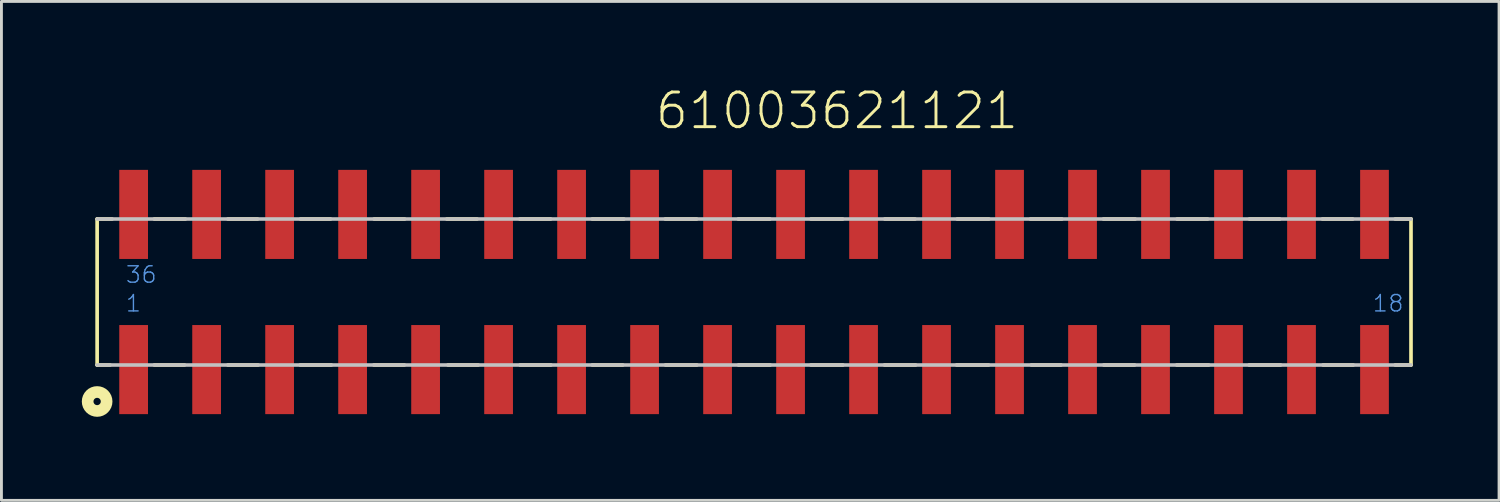
<source format=kicad_pcb>
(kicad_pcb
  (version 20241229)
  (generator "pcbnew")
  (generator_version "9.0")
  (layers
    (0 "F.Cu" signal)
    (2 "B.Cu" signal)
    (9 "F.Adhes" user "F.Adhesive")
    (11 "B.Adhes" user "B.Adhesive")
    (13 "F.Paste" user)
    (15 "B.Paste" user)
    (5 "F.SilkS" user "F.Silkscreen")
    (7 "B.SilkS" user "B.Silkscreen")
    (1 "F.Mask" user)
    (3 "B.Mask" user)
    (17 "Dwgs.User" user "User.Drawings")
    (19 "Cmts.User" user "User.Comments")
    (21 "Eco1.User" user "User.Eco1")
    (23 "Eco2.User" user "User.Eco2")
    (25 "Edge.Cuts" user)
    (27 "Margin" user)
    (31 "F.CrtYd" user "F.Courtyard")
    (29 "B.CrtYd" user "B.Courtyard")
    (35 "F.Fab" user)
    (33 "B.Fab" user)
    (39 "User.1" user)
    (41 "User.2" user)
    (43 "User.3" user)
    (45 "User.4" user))
  (footprint "61003621121"
    (layer "F.Cu")
    (at 23.19 7.111)
    (property "Reference" "61003621121" (at -3.5 -5.6 0) (layer "F.SilkS") (effects (font (size 1.206 1.206) (thickness 0.102)) (justify left bottom)))
    (attr through_hole)
    (fp_line (start -22.86 -2.54) (end -22.86 2.54) (stroke (width 0.127) (type solid)) (layer "F.SilkS"))
    (fp_line (start -22.41 2.54) (end -22.86 2.54) (stroke (width 0.127) (type solid)) (layer "F.SilkS"))
    (fp_line (start -22.34 -2.54) (end -22.86 -2.54) (stroke (width 0.127) (type solid)) (layer "F.SilkS"))
    (fp_line (start -20.87 -2.54) (end -19.79 -2.54) (stroke (width 0.127) (type solid)) (layer "F.SilkS"))
    (fp_line (start -20.87 2.54) (end -19.82 2.54) (stroke (width 0.127) (type solid)) (layer "F.SilkS"))
    (fp_line (start -18.31 -2.54) (end -17.28 -2.54) (stroke (width 0.127) (type solid)) (layer "F.SilkS"))
    (fp_line (start -18.31 2.54) (end -17.26 2.54) (stroke (width 0.127) (type solid)) (layer "F.SilkS"))
    (fp_line (start -15.79 2.54) (end -14.71 2.54) (stroke (width 0.127) (type solid)) (layer "F.SilkS"))
    (fp_line (start -15.78 -2.54) (end -14.74 -2.54) (stroke (width 0.127) (type solid)) (layer "F.SilkS"))
    (fp_line (start -13.23 2.54) (end -12.17 2.54) (stroke (width 0.127) (type solid)) (layer "F.SilkS"))
    (fp_line (start -13.22 -2.54) (end -12.16 -2.54) (stroke (width 0.127) (type solid)) (layer "F.SilkS"))
    (fp_line (start -10.69 -2.54) (end -9.64 -2.54) (stroke (width 0.127) (type solid)) (layer "F.SilkS"))
    (fp_line (start -10.65 2.54) (end -9.6 2.54) (stroke (width 0.127) (type solid)) (layer "F.SilkS"))
    (fp_line (start -8.15 -2.54) (end -7.08 -2.54) (stroke (width 0.127) (type solid)) (layer "F.SilkS"))
    (fp_line (start -8.14 2.54) (end -7.07 2.54) (stroke (width 0.127) (type solid)) (layer "F.SilkS"))
    (fp_line (start -5.63 -2.54) (end -4.53 -2.54) (stroke (width 0.127) (type solid)) (layer "F.SilkS"))
    (fp_line (start -5.63 2.54) (end -4.57 2.54) (stroke (width 0.127) (type solid)) (layer "F.SilkS"))
    (fp_line (start -3.09 -2.54) (end -2 -2.54) (stroke (width 0.127) (type solid)) (layer "F.SilkS"))
    (fp_line (start -3.08 2.54) (end -1.99 2.54) (stroke (width 0.127) (type solid)) (layer "F.SilkS"))
    (fp_line (start -0.55 -2.54) (end 0.55 -2.54) (stroke (width 0.127) (type solid)) (layer "F.SilkS"))
    (fp_line (start -0.54 2.54) (end 0.56 2.54) (stroke (width 0.127) (type solid)) (layer "F.SilkS"))
    (fp_line (start 1.98 -2.54) (end 3.08 -2.54) (stroke (width 0.127) (type solid)) (layer "F.SilkS"))
    (fp_line (start 1.98 2.54) (end 3.09 2.54) (stroke (width 0.127) (type solid)) (layer "F.SilkS"))
    (fp_line (start 4.54 2.54) (end 5.62 2.54) (stroke (width 0.127) (type solid)) (layer "F.SilkS"))
    (fp_line (start 4.55 -2.54) (end 5.6 -2.54) (stroke (width 0.127) (type solid)) (layer "F.SilkS"))
    (fp_line (start 7.05 2.54) (end 8.16 2.54) (stroke (width 0.127) (type solid)) (layer "F.SilkS"))
    (fp_line (start 7.07 -2.54) (end 8.17 -2.54) (stroke (width 0.127) (type solid)) (layer "F.SilkS"))
    (fp_line (start 9.62 -2.54) (end 10.71 -2.54) (stroke (width 0.127) (type solid)) (layer "F.SilkS"))
    (fp_line (start 9.65 2.54) (end 10.68 2.54) (stroke (width 0.127) (type solid)) (layer "F.SilkS"))
    (fp_line (start 12.16 -2.54) (end 13.26 -2.54) (stroke (width 0.127) (type solid)) (layer "F.SilkS"))
    (fp_line (start 12.17 2.54) (end 13.24 2.54) (stroke (width 0.127) (type solid)) (layer "F.SilkS"))
    (fp_line (start 14.71 2.54) (end 15.82 2.54) (stroke (width 0.127) (type solid)) (layer "F.SilkS"))
    (fp_line (start 14.72 -2.54) (end 15.78 -2.54) (stroke (width 0.127) (type solid)) (layer "F.SilkS"))
    (fp_line (start 17.23 2.54) (end 18.32 2.54) (stroke (width 0.127) (type solid)) (layer "F.SilkS"))
    (fp_line (start 17.24 -2.54) (end 18.29 -2.54) (stroke (width 0.127) (type solid)) (layer "F.SilkS"))
    (fp_line (start 19.78 -2.54) (end 20.83 -2.54) (stroke (width 0.127) (type solid)) (layer "F.SilkS"))
    (fp_line (start 19.8 2.54) (end 20.85 2.54) (stroke (width 0.127) (type solid)) (layer "F.SilkS"))
    (fp_line (start 22.31 -2.54) (end 22.86 -2.54) (stroke (width 0.127) (type solid)) (layer "F.SilkS"))
    (fp_line (start 22.31 2.54) (end 22.86 2.54) (stroke (width 0.127) (type solid)) (layer "F.SilkS"))
    (fp_line (start 22.86 -2.54) (end 22.86 2.54) (stroke (width 0.127) (type solid)) (layer "F.SilkS"))
    (fp_circle (center -22.86 3.81) (end -22.733 3.81) (stroke (width 0.406) (type solid)) (fill no) (layer "F.SilkS"))
    (fp_line (start -22.86 2.54) (end 22.86 2.54) (stroke (width 0.127) (type solid)) (layer "Dwgs.User"))
    (fp_line (start 22.86 -2.54) (end -22.86 -2.54) (stroke (width 0.127) (type solid)) (layer "Dwgs.User"))
    (fp_text user "18" (at 21.49 0.73 0) (layer "Cmts.User") (effects (font (size 0.57 0.57) (thickness 0.048)) (justify left bottom)))
    (fp_text user "36" (at -21.9 -0.27 0) (layer "Cmts.User") (effects (font (size 0.57 0.57) (thickness 0.048)) (justify left bottom)))
    (fp_text user "1" (at -21.9 0.73 0) (layer "Cmts.User") (effects (font (size 0.57 0.57) (thickness 0.048)) (justify left bottom)))
    (pad "1" smd rect (at -21.59 2.7 90) (size 3.1 1) (layers "F.Cu" "F.Mask" "F.Paste"))
    (pad "2" smd rect (at -19.05 2.7 90) (size 3.1 1) (layers "F.Cu" "F.Mask" "F.Paste"))
    (pad "3" smd rect (at -16.51 2.7 90) (size 3.1 1) (layers "F.Cu" "F.Mask" "F.Paste"))
    (pad "4" smd rect (at -13.97 2.7 90) (size 3.1 1) (layers "F.Cu" "F.Mask" "F.Paste"))
    (pad "5" smd rect (at -11.43 2.7 90) (size 3.1 1) (layers "F.Cu" "F.Mask" "F.Paste"))
    (pad "6" smd rect (at -8.89 2.7 90) (size 3.1 1) (layers "F.Cu" "F.Mask" "F.Paste"))
    (pad "7" smd rect (at -6.35 2.7 90) (size 3.1 1) (layers "F.Cu" "F.Mask" "F.Paste"))
    (pad "8" smd rect (at -3.81 2.7 90) (size 3.1 1) (layers "F.Cu" "F.Mask" "F.Paste"))
    (pad "9" smd rect (at -1.27 2.7 90) (size 3.1 1) (layers "F.Cu" "F.Mask" "F.Paste"))
    (pad "10" smd rect (at 1.27 2.7 90) (size 3.1 1) (layers "F.Cu" "F.Mask" "F.Paste"))
    (pad "11" smd rect (at 3.81 2.7 90) (size 3.1 1) (layers "F.Cu" "F.Mask" "F.Paste"))
    (pad "12" smd rect (at 6.35 2.7 90) (size 3.1 1) (layers "F.Cu" "F.Mask" "F.Paste"))
    (pad "13" smd rect (at 8.89 2.7 90) (size 3.1 1) (layers "F.Cu" "F.Mask" "F.Paste"))
    (pad "14" smd rect (at 11.43 2.7 90) (size 3.1 1) (layers "F.Cu" "F.Mask" "F.Paste"))
    (pad "15" smd rect (at 13.97 2.7 90) (size 3.1 1) (layers "F.Cu" "F.Mask" "F.Paste"))
    (pad "16" smd rect (at 16.51 2.7 90) (size 3.1 1) (layers "F.Cu" "F.Mask" "F.Paste"))
    (pad "17" smd rect (at 19.05 2.7 90) (size 3.1 1) (layers "F.Cu" "F.Mask" "F.Paste"))
    (pad "18" smd rect (at 21.59 2.7 90) (size 3.1 1) (layers "F.Cu" "F.Mask" "F.Paste"))
    (pad "19" smd rect (at 21.59 -2.7 90) (size 3.1 1) (layers "F.Cu" "F.Mask" "F.Paste"))
    (pad "20" smd rect (at 19.05 -2.7 90) (size 3.1 1) (layers "F.Cu" "F.Mask" "F.Paste"))
    (pad "21" smd rect (at 16.51 -2.7 90) (size 3.1 1) (layers "F.Cu" "F.Mask" "F.Paste"))
    (pad "22" smd rect (at 13.97 -2.7 90) (size 3.1 1) (layers "F.Cu" "F.Mask" "F.Paste"))
    (pad "23" smd rect (at 11.43 -2.7 90) (size 3.1 1) (layers "F.Cu" "F.Mask" "F.Paste"))
    (pad "24" smd rect (at 8.89 -2.7 90) (size 3.1 1) (layers "F.Cu" "F.Mask" "F.Paste"))
    (pad "25" smd rect (at 6.35 -2.7 90) (size 3.1 1) (layers "F.Cu" "F.Mask" "F.Paste"))
    (pad "26" smd rect (at 3.81 -2.7 90) (size 3.1 1) (layers "F.Cu" "F.Mask" "F.Paste"))
    (pad "27" smd rect (at 1.27 -2.7 90) (size 3.1 1) (layers "F.Cu" "F.Mask" "F.Paste"))
    (pad "28" smd rect (at -1.27 -2.7 90) (size 3.1 1) (layers "F.Cu" "F.Mask" "F.Paste"))
    (pad "29" smd rect (at -3.81 -2.7 90) (size 3.1 1) (layers "F.Cu" "F.Mask" "F.Paste"))
    (pad "30" smd rect (at -6.35 -2.7 90) (size 3.1 1) (layers "F.Cu" "F.Mask" "F.Paste"))
    (pad "31" smd rect (at -8.89 -2.7 90) (size 3.1 1) (layers "F.Cu" "F.Mask" "F.Paste"))
    (pad "32" smd rect (at -11.43 -2.7 90) (size 3.1 1) (layers "F.Cu" "F.Mask" "F.Paste"))
    (pad "33" smd rect (at -13.97 -2.7 90) (size 3.1 1) (layers "F.Cu" "F.Mask" "F.Paste"))
    (pad "34" smd rect (at -16.51 -2.7 90) (size 3.1 1) (layers "F.Cu" "F.Mask" "F.Paste"))
    (pad "35" smd rect (at -19.05 -2.7 90) (size 3.1 1) (layers "F.Cu" "F.Mask" "F.Paste"))
    (pad "36" smd rect (at -21.59 -2.7 90) (size 3.1 1) (layers "F.Cu" "F.Mask" "F.Paste")))
  (gr_rect
    (start -3 -3)
    (end 49.114 14.361)
    (stroke (width 0.1) (type default))
    (fill no)
    (layer "Edge.Cuts")))
</source>
